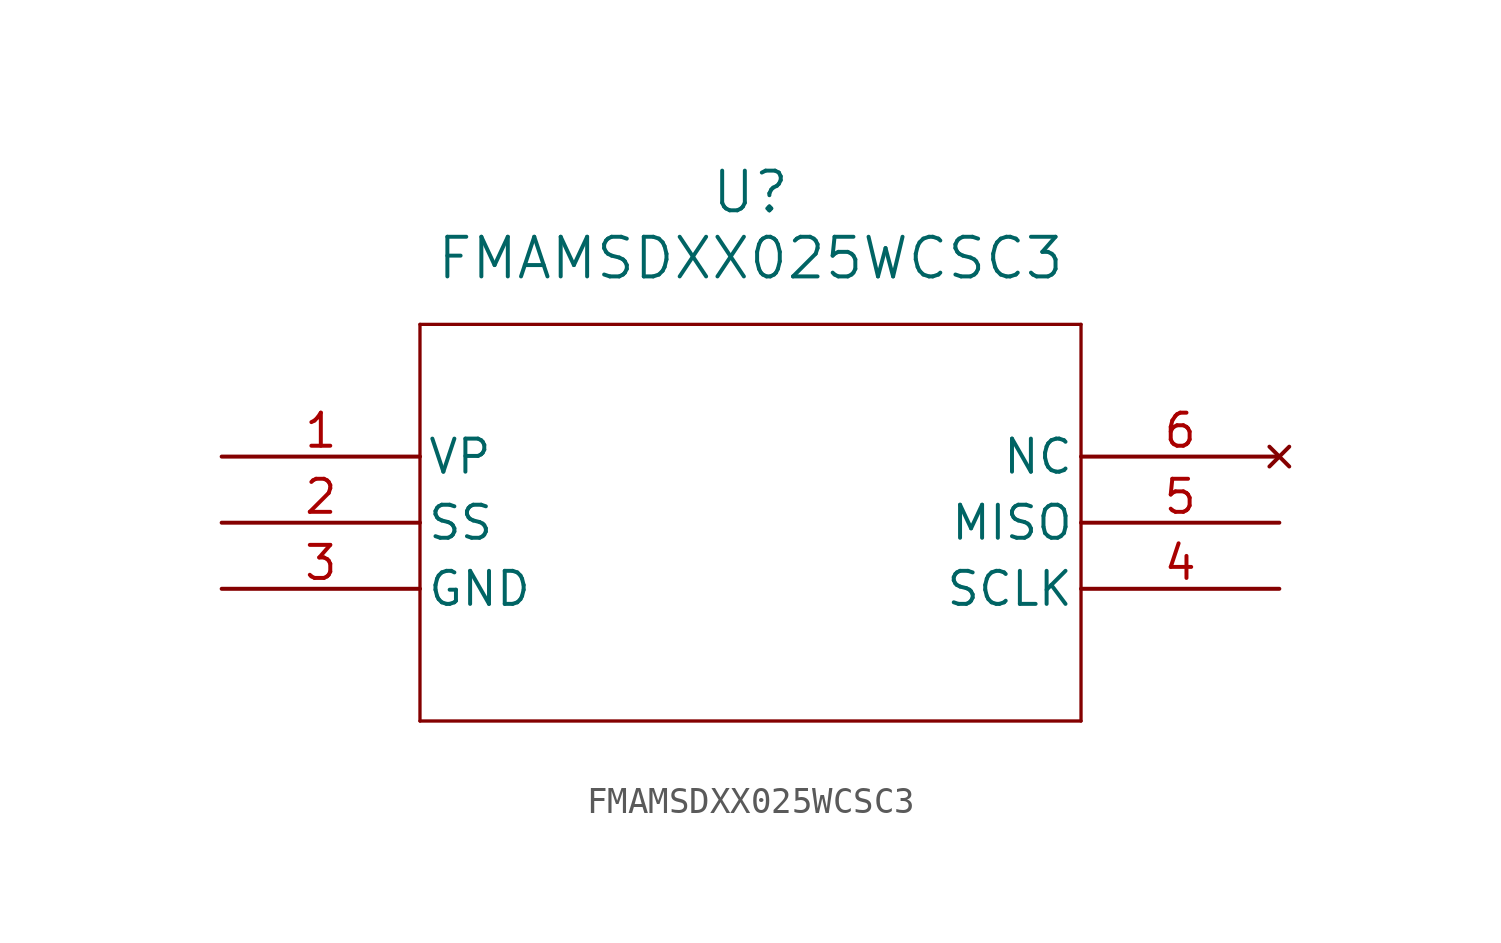
<source format=kicad_sym>
(kicad_symbol_lib
  (version 20211014)
  (generator kicad_symbol_editor)
  (symbol "FMAMSDXX025WCSC3"
    (pin_names
      (offset 0.254))
    (property "Reference" "U"
      (at 20.32 10.16 0)
      (effects (font (size 1.524 1.524))))
    (property "Value" "FMAMSDXX025WCSC3"
      (at 20.32 7.62 0)
      (effects (font (size 1.524 1.524))))
    (polyline
      (pts (xy 7.62 5.08) (xy 7.62 -10.16))
      (stroke (width 0.127) (type default) (color 0 0 0 0))
      (fill (type none)))
    (polyline
      (pts (xy 7.62 -10.16) (xy 33.02 -10.16))
      (stroke (width 0.127) (type default) (color 0 0 0 0))
      (fill (type none)))
    (polyline
      (pts (xy 33.02 -10.16) (xy 33.02 5.08))
      (stroke (width 0.127) (type default) (color 0 0 0 0))
      (fill (type none)))
    (polyline
      (pts (xy 33.02 5.08) (xy 7.62 5.08))
      (stroke (width 0.127) (type default) (color 0 0 0 0))
      (fill (type none)))
    (pin unspecified line
      (at 0 0 0)
      (length 7.62)
      (name "VP" (effects (font (size 1.27 1.27))))
      (number "1" (effects (font (size 1.27 1.27)))))
    (pin unspecified line
      (at 0 -2.54 0)
      (length 7.62)
      (name "SS" (effects (font (size 1.27 1.27))))
      (number "2" (effects (font (size 1.27 1.27)))))
    (pin power_out line
      (at 0 -5.08 0)
      (length 7.62)
      (name "GND" (effects (font (size 1.27 1.27))))
      (number "3" (effects (font (size 1.27 1.27)))))
    (pin unspecified line
      (at 40.64 -5.08 180)
      (length 7.62)
      (name "SCLK" (effects (font (size 1.27 1.27))))
      (number "4" (effects (font (size 1.27 1.27)))))
    (pin unspecified line
      (at 40.64 -2.54 180)
      (length 7.62)
      (name "MISO" (effects (font (size 1.27 1.27))))
      (number "5" (effects (font (size 1.27 1.27)))))
    (pin no_connect line
      (at 40.64 0 180)
      (length 7.62)
      (name "NC" (effects (font (size 1.27 1.27))))
      (number "6" (effects (font (size 1.27 1.27)))))))
</source>
